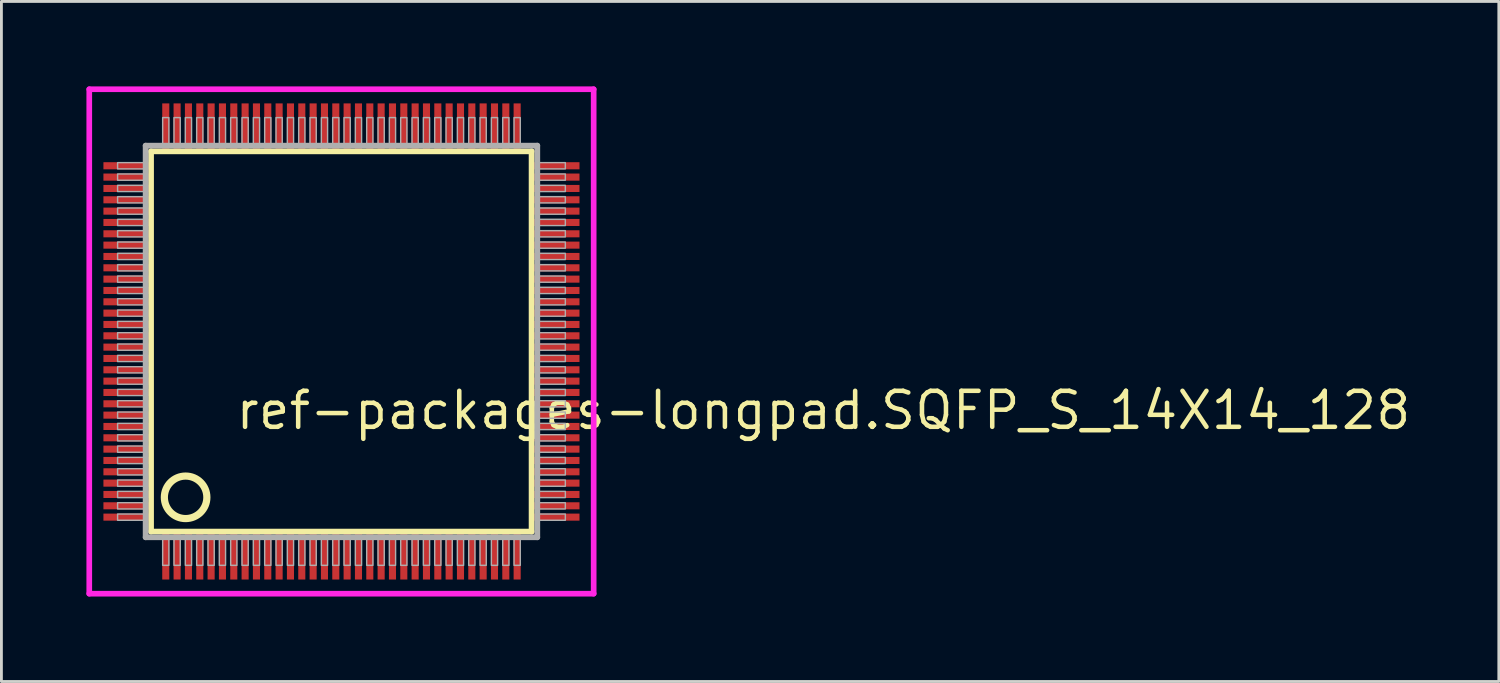
<source format=kicad_pcb>
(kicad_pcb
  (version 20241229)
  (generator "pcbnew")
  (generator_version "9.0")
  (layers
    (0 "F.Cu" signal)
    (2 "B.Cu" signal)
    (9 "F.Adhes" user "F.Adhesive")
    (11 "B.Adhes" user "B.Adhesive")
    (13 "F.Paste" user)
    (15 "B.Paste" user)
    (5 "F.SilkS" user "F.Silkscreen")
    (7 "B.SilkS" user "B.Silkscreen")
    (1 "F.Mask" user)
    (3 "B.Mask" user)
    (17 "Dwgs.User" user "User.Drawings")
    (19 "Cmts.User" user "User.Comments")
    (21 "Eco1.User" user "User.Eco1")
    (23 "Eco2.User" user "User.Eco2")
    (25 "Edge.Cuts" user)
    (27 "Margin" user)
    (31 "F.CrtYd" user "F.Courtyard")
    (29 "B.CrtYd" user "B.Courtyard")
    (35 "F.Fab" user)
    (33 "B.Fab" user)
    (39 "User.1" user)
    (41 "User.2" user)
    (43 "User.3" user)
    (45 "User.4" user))
  (footprint "ref-packages-longpad.SQFP_S_14X14_128"
    (layer "F.Cu")
    (at 9 9)
    (property "Reference" "ref-packages-longpad.SQFP_S_14X14_128" (at -3.81 3.175 0) (layer "F.SilkS") (effects (font (size 1.27 1.27) (thickness 0.16)) (justify left bottom)))
    (attr smd)
    (fp_line (start -6.72 -6.71) (end 6.71 -6.71) (stroke (width 0.203) (type default)) (layer "F.SilkS"))
    (fp_line (start -6.72 6.71) (end -6.72 -6.71) (stroke (width 0.203) (type default)) (layer "F.SilkS"))
    (fp_line (start 6.71 -6.71) (end 6.71 6.71) (stroke (width 0.203) (type default)) (layer "F.SilkS"))
    (fp_line (start 6.71 6.71) (end -6.72 6.71) (stroke (width 0.203) (type default)) (layer "F.SilkS"))
    (fp_circle (center -5.5 5.5) (end -4.75 5.5) (stroke (width 0.254) (type default)) (fill no) (layer "F.SilkS"))
    (fp_line (start -8.9 -8.9) (end 8.9 -8.9) (stroke (width 0.2) (type default)) (layer "F.CrtYd"))
    (fp_line (start -8.9 8.9) (end -8.9 -8.9) (stroke (width 0.2) (type default)) (layer "F.CrtYd"))
    (fp_line (start 8.9 -8.9) (end 8.9 8.9) (stroke (width 0.2) (type default)) (layer "F.CrtYd"))
    (fp_line (start 8.9 8.9) (end -8.9 8.9) (stroke (width 0.2) (type default)) (layer "F.CrtYd"))
    (fp_line (start -6.91 -6.91) (end -6.91 6.91) (stroke (width 0.203) (type default)) (layer "F.Fab"))
    (fp_line (start -6.91 6.91) (end 6.91 6.91) (stroke (width 0.203) (type default)) (layer "F.Fab"))
    (fp_line (start 6.91 -6.91) (end -6.91 -6.91) (stroke (width 0.203) (type default)) (layer "F.Fab"))
    (fp_line (start 6.91 6.91) (end 6.91 -6.91) (stroke (width 0.203) (type default)) (layer "F.Fab"))
    (fp_rect (start -7.9 -6.09) (end -6.95 -6.31) (stroke (width 0.05) (type default)) (fill no) (layer "F.Fab"))
    (fp_rect (start -7.9 -5.69) (end -6.95 -5.91) (stroke (width 0.05) (type default)) (fill no) (layer "F.Fab"))
    (fp_rect (start -7.9 -5.29) (end -6.95 -5.51) (stroke (width 0.05) (type default)) (fill no) (layer "F.Fab"))
    (fp_rect (start -7.9 -4.89) (end -6.95 -5.11) (stroke (width 0.05) (type default)) (fill no) (layer "F.Fab"))
    (fp_rect (start -7.9 -4.49) (end -6.95 -4.71) (stroke (width 0.05) (type default)) (fill no) (layer "F.Fab"))
    (fp_rect (start -7.9 -4.09) (end -6.95 -4.31) (stroke (width 0.05) (type default)) (fill no) (layer "F.Fab"))
    (fp_rect (start -7.9 -3.69) (end -6.95 -3.91) (stroke (width 0.05) (type default)) (fill no) (layer "F.Fab"))
    (fp_rect (start -7.9 -3.29) (end -6.95 -3.51) (stroke (width 0.05) (type default)) (fill no) (layer "F.Fab"))
    (fp_rect (start -7.9 -2.89) (end -6.95 -3.11) (stroke (width 0.05) (type default)) (fill no) (layer "F.Fab"))
    (fp_rect (start -7.9 -2.49) (end -6.95 -2.71) (stroke (width 0.05) (type default)) (fill no) (layer "F.Fab"))
    (fp_rect (start -7.9 -2.09) (end -6.95 -2.31) (stroke (width 0.05) (type default)) (fill no) (layer "F.Fab"))
    (fp_rect (start -7.9 -1.69) (end -6.95 -1.91) (stroke (width 0.05) (type default)) (fill no) (layer "F.Fab"))
    (fp_rect (start -7.9 -1.29) (end -6.95 -1.51) (stroke (width 0.05) (type default)) (fill no) (layer "F.Fab"))
    (fp_rect (start -7.9 -0.89) (end -6.95 -1.11) (stroke (width 0.05) (type default)) (fill no) (layer "F.Fab"))
    (fp_rect (start -7.9 -0.49) (end -6.95 -0.71) (stroke (width 0.05) (type default)) (fill no) (layer "F.Fab"))
    (fp_rect (start -7.9 -0.09) (end -6.95 -0.31) (stroke (width 0.05) (type default)) (fill no) (layer "F.Fab"))
    (fp_rect (start -7.9 0.31) (end -6.95 0.09) (stroke (width 0.05) (type default)) (fill no) (layer "F.Fab"))
    (fp_rect (start -7.9 0.71) (end -6.95 0.49) (stroke (width 0.05) (type default)) (fill no) (layer "F.Fab"))
    (fp_rect (start -7.9 1.11) (end -6.95 0.89) (stroke (width 0.05) (type default)) (fill no) (layer "F.Fab"))
    (fp_rect (start -7.9 1.51) (end -6.95 1.29) (stroke (width 0.05) (type default)) (fill no) (layer "F.Fab"))
    (fp_rect (start -7.9 1.91) (end -6.95 1.69) (stroke (width 0.05) (type default)) (fill no) (layer "F.Fab"))
    (fp_rect (start -7.9 2.31) (end -6.95 2.09) (stroke (width 0.05) (type default)) (fill no) (layer "F.Fab"))
    (fp_rect (start -7.9 2.71) (end -6.95 2.49) (stroke (width 0.05) (type default)) (fill no) (layer "F.Fab"))
    (fp_rect (start -7.9 3.11) (end -6.95 2.89) (stroke (width 0.05) (type default)) (fill no) (layer "F.Fab"))
    (fp_rect (start -7.9 3.51) (end -6.95 3.29) (stroke (width 0.05) (type default)) (fill no) (layer "F.Fab"))
    (fp_rect (start -7.9 3.91) (end -6.95 3.69) (stroke (width 0.05) (type default)) (fill no) (layer "F.Fab"))
    (fp_rect (start -7.9 4.31) (end -6.95 4.09) (stroke (width 0.05) (type default)) (fill no) (layer "F.Fab"))
    (fp_rect (start -7.9 4.71) (end -6.95 4.49) (stroke (width 0.05) (type default)) (fill no) (layer "F.Fab"))
    (fp_rect (start -7.9 5.11) (end -6.95 4.89) (stroke (width 0.05) (type default)) (fill no) (layer "F.Fab"))
    (fp_rect (start -7.9 5.51) (end -6.95 5.29) (stroke (width 0.05) (type default)) (fill no) (layer "F.Fab"))
    (fp_rect (start -7.9 5.91) (end -6.95 5.69) (stroke (width 0.05) (type default)) (fill no) (layer "F.Fab"))
    (fp_rect (start -7.9 6.31) (end -6.95 6.09) (stroke (width 0.05) (type default)) (fill no) (layer "F.Fab"))
    (fp_rect (start -6.31 -6.95) (end -6.09 -7.9) (stroke (width 0.05) (type default)) (fill no) (layer "F.Fab"))
    (fp_rect (start -6.31 7.9) (end -6.09 6.95) (stroke (width 0.05) (type default)) (fill no) (layer "F.Fab"))
    (fp_rect (start -5.91 -6.95) (end -5.69 -7.9) (stroke (width 0.05) (type default)) (fill no) (layer "F.Fab"))
    (fp_rect (start -5.91 7.9) (end -5.69 6.95) (stroke (width 0.05) (type default)) (fill no) (layer "F.Fab"))
    (fp_rect (start -5.51 -6.95) (end -5.29 -7.9) (stroke (width 0.05) (type default)) (fill no) (layer "F.Fab"))
    (fp_rect (start -5.51 7.9) (end -5.29 6.95) (stroke (width 0.05) (type default)) (fill no) (layer "F.Fab"))
    (fp_rect (start -5.11 -6.95) (end -4.89 -7.9) (stroke (width 0.05) (type default)) (fill no) (layer "F.Fab"))
    (fp_rect (start -5.11 7.9) (end -4.89 6.95) (stroke (width 0.05) (type default)) (fill no) (layer "F.Fab"))
    (fp_rect (start -4.71 -6.95) (end -4.49 -7.9) (stroke (width 0.05) (type default)) (fill no) (layer "F.Fab"))
    (fp_rect (start -4.71 7.9) (end -4.49 6.95) (stroke (width 0.05) (type default)) (fill no) (layer "F.Fab"))
    (fp_rect (start -4.31 -6.95) (end -4.09 -7.9) (stroke (width 0.05) (type default)) (fill no) (layer "F.Fab"))
    (fp_rect (start -4.31 7.9) (end -4.09 6.95) (stroke (width 0.05) (type default)) (fill no) (layer "F.Fab"))
    (fp_rect (start -3.91 -6.95) (end -3.69 -7.9) (stroke (width 0.05) (type default)) (fill no) (layer "F.Fab"))
    (fp_rect (start -3.91 7.9) (end -3.69 6.95) (stroke (width 0.05) (type default)) (fill no) (layer "F.Fab"))
    (fp_rect (start -3.51 -6.95) (end -3.29 -7.9) (stroke (width 0.05) (type default)) (fill no) (layer "F.Fab"))
    (fp_rect (start -3.51 7.9) (end -3.29 6.95) (stroke (width 0.05) (type default)) (fill no) (layer "F.Fab"))
    (fp_rect (start -3.11 -6.95) (end -2.89 -7.9) (stroke (width 0.05) (type default)) (fill no) (layer "F.Fab"))
    (fp_rect (start -3.11 7.9) (end -2.89 6.95) (stroke (width 0.05) (type default)) (fill no) (layer "F.Fab"))
    (fp_rect (start -2.71 -6.95) (end -2.49 -7.9) (stroke (width 0.05) (type default)) (fill no) (layer "F.Fab"))
    (fp_rect (start -2.71 7.9) (end -2.49 6.95) (stroke (width 0.05) (type default)) (fill no) (layer "F.Fab"))
    (fp_rect (start -2.31 -6.95) (end -2.09 -7.9) (stroke (width 0.05) (type default)) (fill no) (layer "F.Fab"))
    (fp_rect (start -2.31 7.9) (end -2.09 6.95) (stroke (width 0.05) (type default)) (fill no) (layer "F.Fab"))
    (fp_rect (start -1.91 -6.95) (end -1.69 -7.9) (stroke (width 0.05) (type default)) (fill no) (layer "F.Fab"))
    (fp_rect (start -1.91 7.9) (end -1.69 6.95) (stroke (width 0.05) (type default)) (fill no) (layer "F.Fab"))
    (fp_rect (start -1.51 -6.95) (end -1.29 -7.9) (stroke (width 0.05) (type default)) (fill no) (layer "F.Fab"))
    (fp_rect (start -1.51 7.9) (end -1.29 6.95) (stroke (width 0.05) (type default)) (fill no) (layer "F.Fab"))
    (fp_rect (start -1.11 -6.95) (end -0.89 -7.9) (stroke (width 0.05) (type default)) (fill no) (layer "F.Fab"))
    (fp_rect (start -1.11 7.9) (end -0.89 6.95) (stroke (width 0.05) (type default)) (fill no) (layer "F.Fab"))
    (fp_rect (start -0.71 -6.95) (end -0.49 -7.9) (stroke (width 0.05) (type default)) (fill no) (layer "F.Fab"))
    (fp_rect (start -0.71 7.9) (end -0.49 6.95) (stroke (width 0.05) (type default)) (fill no) (layer "F.Fab"))
    (fp_rect (start -0.31 -6.95) (end -0.09 -7.9) (stroke (width 0.05) (type default)) (fill no) (layer "F.Fab"))
    (fp_rect (start -0.31 7.9) (end -0.09 6.95) (stroke (width 0.05) (type default)) (fill no) (layer "F.Fab"))
    (fp_rect (start 0.09 -6.95) (end 0.31 -7.9) (stroke (width 0.05) (type default)) (fill no) (layer "F.Fab"))
    (fp_rect (start 0.09 7.9) (end 0.31 6.95) (stroke (width 0.05) (type default)) (fill no) (layer "F.Fab"))
    (fp_rect (start 0.49 -6.95) (end 0.71 -7.9) (stroke (width 0.05) (type default)) (fill no) (layer "F.Fab"))
    (fp_rect (start 0.49 7.9) (end 0.71 6.95) (stroke (width 0.05) (type default)) (fill no) (layer "F.Fab"))
    (fp_rect (start 0.89 -6.95) (end 1.11 -7.9) (stroke (width 0.05) (type default)) (fill no) (layer "F.Fab"))
    (fp_rect (start 0.89 7.9) (end 1.11 6.95) (stroke (width 0.05) (type default)) (fill no) (layer "F.Fab"))
    (fp_rect (start 1.29 -6.95) (end 1.51 -7.9) (stroke (width 0.05) (type default)) (fill no) (layer "F.Fab"))
    (fp_rect (start 1.29 7.9) (end 1.51 6.95) (stroke (width 0.05) (type default)) (fill no) (layer "F.Fab"))
    (fp_rect (start 1.69 -6.95) (end 1.91 -7.9) (stroke (width 0.05) (type default)) (fill no) (layer "F.Fab"))
    (fp_rect (start 1.69 7.9) (end 1.91 6.95) (stroke (width 0.05) (type default)) (fill no) (layer "F.Fab"))
    (fp_rect (start 2.09 -6.95) (end 2.31 -7.9) (stroke (width 0.05) (type default)) (fill no) (layer "F.Fab"))
    (fp_rect (start 2.09 7.9) (end 2.31 6.95) (stroke (width 0.05) (type default)) (fill no) (layer "F.Fab"))
    (fp_rect (start 2.49 -6.95) (end 2.71 -7.9) (stroke (width 0.05) (type default)) (fill no) (layer "F.Fab"))
    (fp_rect (start 2.49 7.9) (end 2.71 6.95) (stroke (width 0.05) (type default)) (fill no) (layer "F.Fab"))
    (fp_rect (start 2.89 -6.95) (end 3.11 -7.9) (stroke (width 0.05) (type default)) (fill no) (layer "F.Fab"))
    (fp_rect (start 2.89 7.9) (end 3.11 6.95) (stroke (width 0.05) (type default)) (fill no) (layer "F.Fab"))
    (fp_rect (start 3.29 -6.95) (end 3.51 -7.9) (stroke (width 0.05) (type default)) (fill no) (layer "F.Fab"))
    (fp_rect (start 3.29 7.9) (end 3.51 6.95) (stroke (width 0.05) (type default)) (fill no) (layer "F.Fab"))
    (fp_rect (start 3.69 -6.95) (end 3.91 -7.9) (stroke (width 0.05) (type default)) (fill no) (layer "F.Fab"))
    (fp_rect (start 3.69 7.9) (end 3.91 6.95) (stroke (width 0.05) (type default)) (fill no) (layer "F.Fab"))
    (fp_rect (start 4.09 -6.95) (end 4.31 -7.9) (stroke (width 0.05) (type default)) (fill no) (layer "F.Fab"))
    (fp_rect (start 4.09 7.9) (end 4.31 6.95) (stroke (width 0.05) (type default)) (fill no) (layer "F.Fab"))
    (fp_rect (start 4.49 -6.95) (end 4.71 -7.9) (stroke (width 0.05) (type default)) (fill no) (layer "F.Fab"))
    (fp_rect (start 4.49 7.9) (end 4.71 6.95) (stroke (width 0.05) (type default)) (fill no) (layer "F.Fab"))
    (fp_rect (start 4.89 -6.95) (end 5.11 -7.9) (stroke (width 0.05) (type default)) (fill no) (layer "F.Fab"))
    (fp_rect (start 4.89 7.9) (end 5.11 6.95) (stroke (width 0.05) (type default)) (fill no) (layer "F.Fab"))
    (fp_rect (start 5.29 -6.95) (end 5.51 -7.9) (stroke (width 0.05) (type default)) (fill no) (layer "F.Fab"))
    (fp_rect (start 5.29 7.9) (end 5.51 6.95) (stroke (width 0.05) (type default)) (fill no) (layer "F.Fab"))
    (fp_rect (start 5.69 -6.95) (end 5.91 -7.9) (stroke (width 0.05) (type default)) (fill no) (layer "F.Fab"))
    (fp_rect (start 5.69 7.9) (end 5.91 6.95) (stroke (width 0.05) (type default)) (fill no) (layer "F.Fab"))
    (fp_rect (start 6.09 -6.95) (end 6.31 -7.9) (stroke (width 0.05) (type default)) (fill no) (layer "F.Fab"))
    (fp_rect (start 6.09 7.9) (end 6.31 6.95) (stroke (width 0.05) (type default)) (fill no) (layer "F.Fab"))
    (fp_rect (start 6.95 -6.09) (end 7.9 -6.31) (stroke (width 0.05) (type default)) (fill no) (layer "F.Fab"))
    (fp_rect (start 6.95 -5.69) (end 7.9 -5.91) (stroke (width 0.05) (type default)) (fill no) (layer "F.Fab"))
    (fp_rect (start 6.95 -5.29) (end 7.9 -5.51) (stroke (width 0.05) (type default)) (fill no) (layer "F.Fab"))
    (fp_rect (start 6.95 -4.89) (end 7.9 -5.11) (stroke (width 0.05) (type default)) (fill no) (layer "F.Fab"))
    (fp_rect (start 6.95 -4.49) (end 7.9 -4.71) (stroke (width 0.05) (type default)) (fill no) (layer "F.Fab"))
    (fp_rect (start 6.95 -4.09) (end 7.9 -4.31) (stroke (width 0.05) (type default)) (fill no) (layer "F.Fab"))
    (fp_rect (start 6.95 -3.69) (end 7.9 -3.91) (stroke (width 0.05) (type default)) (fill no) (layer "F.Fab"))
    (fp_rect (start 6.95 -3.29) (end 7.9 -3.51) (stroke (width 0.05) (type default)) (fill no) (layer "F.Fab"))
    (fp_rect (start 6.95 -2.89) (end 7.9 -3.11) (stroke (width 0.05) (type default)) (fill no) (layer "F.Fab"))
    (fp_rect (start 6.95 -2.49) (end 7.9 -2.71) (stroke (width 0.05) (type default)) (fill no) (layer "F.Fab"))
    (fp_rect (start 6.95 -2.09) (end 7.9 -2.31) (stroke (width 0.05) (type default)) (fill no) (layer "F.Fab"))
    (fp_rect (start 6.95 -1.69) (end 7.9 -1.91) (stroke (width 0.05) (type default)) (fill no) (layer "F.Fab"))
    (fp_rect (start 6.95 -1.29) (end 7.9 -1.51) (stroke (width 0.05) (type default)) (fill no) (layer "F.Fab"))
    (fp_rect (start 6.95 -0.89) (end 7.9 -1.11) (stroke (width 0.05) (type default)) (fill no) (layer "F.Fab"))
    (fp_rect (start 6.95 -0.49) (end 7.9 -0.71) (stroke (width 0.05) (type default)) (fill no) (layer "F.Fab"))
    (fp_rect (start 6.95 -0.09) (end 7.9 -0.31) (stroke (width 0.05) (type default)) (fill no) (layer "F.Fab"))
    (fp_rect (start 6.95 0.31) (end 7.9 0.09) (stroke (width 0.05) (type default)) (fill no) (layer "F.Fab"))
    (fp_rect (start 6.95 0.71) (end 7.9 0.49) (stroke (width 0.05) (type default)) (fill no) (layer "F.Fab"))
    (fp_rect (start 6.95 1.11) (end 7.9 0.89) (stroke (width 0.05) (type default)) (fill no) (layer "F.Fab"))
    (fp_rect (start 6.95 1.51) (end 7.9 1.29) (stroke (width 0.05) (type default)) (fill no) (layer "F.Fab"))
    (fp_rect (start 6.95 1.91) (end 7.9 1.69) (stroke (width 0.05) (type default)) (fill no) (layer "F.Fab"))
    (fp_rect (start 6.95 2.31) (end 7.9 2.09) (stroke (width 0.05) (type default)) (fill no) (layer "F.Fab"))
    (fp_rect (start 6.95 2.71) (end 7.9 2.49) (stroke (width 0.05) (type default)) (fill no) (layer "F.Fab"))
    (fp_rect (start 6.95 3.11) (end 7.9 2.89) (stroke (width 0.05) (type default)) (fill no) (layer "F.Fab"))
    (fp_rect (start 6.95 3.51) (end 7.9 3.29) (stroke (width 0.05) (type default)) (fill no) (layer "F.Fab"))
    (fp_rect (start 6.95 3.91) (end 7.9 3.69) (stroke (width 0.05) (type default)) (fill no) (layer "F.Fab"))
    (fp_rect (start 6.95 4.31) (end 7.9 4.09) (stroke (width 0.05) (type default)) (fill no) (layer "F.Fab"))
    (fp_rect (start 6.95 4.71) (end 7.9 4.49) (stroke (width 0.05) (type default)) (fill no) (layer "F.Fab"))
    (fp_rect (start 6.95 5.11) (end 7.9 4.89) (stroke (width 0.05) (type default)) (fill no) (layer "F.Fab"))
    (fp_rect (start 6.95 5.51) (end 7.9 5.29) (stroke (width 0.05) (type default)) (fill no) (layer "F.Fab"))
    (fp_rect (start 6.95 5.91) (end 7.9 5.69) (stroke (width 0.05) (type default)) (fill no) (layer "F.Fab"))
    (fp_rect (start 6.95 6.31) (end 7.9 6.09) (stroke (width 0.05) (type default)) (fill no) (layer "F.Fab"))
    (pad "1" smd roundrect (at -6.2 7.6) (size 0.25 1.6) (layers "F.Cu" "F.Mask" "F.Paste") (roundrect_rratio 0.01))
    (pad "2" smd roundrect (at -5.8 7.6) (size 0.25 1.6) (layers "F.Cu" "F.Mask" "F.Paste") (roundrect_rratio 0.01))
    (pad "3" smd roundrect (at -5.4 7.6) (size 0.25 1.6) (layers "F.Cu" "F.Mask" "F.Paste") (roundrect_rratio 0.01))
    (pad "4" smd roundrect (at -5 7.6) (size 0.25 1.6) (layers "F.Cu" "F.Mask" "F.Paste") (roundrect_rratio 0.01))
    (pad "5" smd roundrect (at -4.6 7.6) (size 0.25 1.6) (layers "F.Cu" "F.Mask" "F.Paste") (roundrect_rratio 0.01))
    (pad "6" smd roundrect (at -4.2 7.6) (size 0.25 1.6) (layers "F.Cu" "F.Mask" "F.Paste") (roundrect_rratio 0.01))
    (pad "7" smd roundrect (at -3.8 7.6) (size 0.25 1.6) (layers "F.Cu" "F.Mask" "F.Paste") (roundrect_rratio 0.01))
    (pad "8" smd roundrect (at -3.4 7.6) (size 0.25 1.6) (layers "F.Cu" "F.Mask" "F.Paste") (roundrect_rratio 0.01))
    (pad "9" smd roundrect (at -3 7.6) (size 0.25 1.6) (layers "F.Cu" "F.Mask" "F.Paste") (roundrect_rratio 0.01))
    (pad "10" smd roundrect (at -2.6 7.6) (size 0.25 1.6) (layers "F.Cu" "F.Mask" "F.Paste") (roundrect_rratio 0.01))
    (pad "11" smd roundrect (at -2.2 7.6) (size 0.25 1.6) (layers "F.Cu" "F.Mask" "F.Paste") (roundrect_rratio 0.01))
    (pad "12" smd roundrect (at -1.8 7.6) (size 0.25 1.6) (layers "F.Cu" "F.Mask" "F.Paste") (roundrect_rratio 0.01))
    (pad "13" smd roundrect (at -1.4 7.6) (size 0.25 1.6) (layers "F.Cu" "F.Mask" "F.Paste") (roundrect_rratio 0.01))
    (pad "14" smd roundrect (at -1 7.6) (size 0.25 1.6) (layers "F.Cu" "F.Mask" "F.Paste") (roundrect_rratio 0.01))
    (pad "15" smd roundrect (at -0.6 7.6) (size 0.25 1.6) (layers "F.Cu" "F.Mask" "F.Paste") (roundrect_rratio 0.01))
    (pad "16" smd roundrect (at -0.2 7.6) (size 0.25 1.6) (layers "F.Cu" "F.Mask" "F.Paste") (roundrect_rratio 0.01))
    (pad "17" smd roundrect (at 0.2 7.6) (size 0.25 1.6) (layers "F.Cu" "F.Mask" "F.Paste") (roundrect_rratio 0.01))
    (pad "18" smd roundrect (at 0.6 7.6) (size 0.25 1.6) (layers "F.Cu" "F.Mask" "F.Paste") (roundrect_rratio 0.01))
    (pad "19" smd roundrect (at 1 7.6) (size 0.25 1.6) (layers "F.Cu" "F.Mask" "F.Paste") (roundrect_rratio 0.01))
    (pad "20" smd roundrect (at 1.4 7.6) (size 0.25 1.6) (layers "F.Cu" "F.Mask" "F.Paste") (roundrect_rratio 0.01))
    (pad "21" smd roundrect (at 1.8 7.6) (size 0.25 1.6) (layers "F.Cu" "F.Mask" "F.Paste") (roundrect_rratio 0.01))
    (pad "22" smd roundrect (at 2.2 7.6) (size 0.25 1.6) (layers "F.Cu" "F.Mask" "F.Paste") (roundrect_rratio 0.01))
    (pad "23" smd roundrect (at 2.6 7.6) (size 0.25 1.6) (layers "F.Cu" "F.Mask" "F.Paste") (roundrect_rratio 0.01))
    (pad "24" smd roundrect (at 3 7.6) (size 0.25 1.6) (layers "F.Cu" "F.Mask" "F.Paste") (roundrect_rratio 0.01))
    (pad "25" smd roundrect (at 3.4 7.6) (size 0.25 1.6) (layers "F.Cu" "F.Mask" "F.Paste") (roundrect_rratio 0.01))
    (pad "26" smd roundrect (at 3.8 7.6) (size 0.25 1.6) (layers "F.Cu" "F.Mask" "F.Paste") (roundrect_rratio 0.01))
    (pad "27" smd roundrect (at 4.2 7.6) (size 0.25 1.6) (layers "F.Cu" "F.Mask" "F.Paste") (roundrect_rratio 0.01))
    (pad "28" smd roundrect (at 4.6 7.6) (size 0.25 1.6) (layers "F.Cu" "F.Mask" "F.Paste") (roundrect_rratio 0.01))
    (pad "29" smd roundrect (at 5 7.6) (size 0.25 1.6) (layers "F.Cu" "F.Mask" "F.Paste") (roundrect_rratio 0.01))
    (pad "30" smd roundrect (at 5.4 7.6) (size 0.25 1.6) (layers "F.Cu" "F.Mask" "F.Paste") (roundrect_rratio 0.01))
    (pad "31" smd roundrect (at 5.8 7.6) (size 0.25 1.6) (layers "F.Cu" "F.Mask" "F.Paste") (roundrect_rratio 0.01))
    (pad "32" smd roundrect (at 6.2 7.6) (size 0.25 1.6) (layers "F.Cu" "F.Mask" "F.Paste") (roundrect_rratio 0.01))
    (pad "33" smd roundrect (at 7.6 6.2) (size 1.6 0.25) (layers "F.Cu" "F.Mask" "F.Paste") (roundrect_rratio 0.01))
    (pad "34" smd roundrect (at 7.6 5.8) (size 1.6 0.25) (layers "F.Cu" "F.Mask" "F.Paste") (roundrect_rratio 0.01))
    (pad "35" smd roundrect (at 7.6 5.4) (size 1.6 0.25) (layers "F.Cu" "F.Mask" "F.Paste") (roundrect_rratio 0.01))
    (pad "36" smd roundrect (at 7.6 5) (size 1.6 0.25) (layers "F.Cu" "F.Mask" "F.Paste") (roundrect_rratio 0.01))
    (pad "37" smd roundrect (at 7.6 4.6) (size 1.6 0.25) (layers "F.Cu" "F.Mask" "F.Paste") (roundrect_rratio 0.01))
    (pad "38" smd roundrect (at 7.6 4.2) (size 1.6 0.25) (layers "F.Cu" "F.Mask" "F.Paste") (roundrect_rratio 0.01))
    (pad "39" smd roundrect (at 7.6 3.8) (size 1.6 0.25) (layers "F.Cu" "F.Mask" "F.Paste") (roundrect_rratio 0.01))
    (pad "40" smd roundrect (at 7.6 3.4) (size 1.6 0.25) (layers "F.Cu" "F.Mask" "F.Paste") (roundrect_rratio 0.01))
    (pad "41" smd roundrect (at 7.6 3) (size 1.6 0.25) (layers "F.Cu" "F.Mask" "F.Paste") (roundrect_rratio 0.01))
    (pad "42" smd roundrect (at 7.6 2.6) (size 1.6 0.25) (layers "F.Cu" "F.Mask" "F.Paste") (roundrect_rratio 0.01))
    (pad "43" smd roundrect (at 7.6 2.2) (size 1.6 0.25) (layers "F.Cu" "F.Mask" "F.Paste") (roundrect_rratio 0.01))
    (pad "44" smd roundrect (at 7.6 1.8) (size 1.6 0.25) (layers "F.Cu" "F.Mask" "F.Paste") (roundrect_rratio 0.01))
    (pad "45" smd roundrect (at 7.6 1.4) (size 1.6 0.25) (layers "F.Cu" "F.Mask" "F.Paste") (roundrect_rratio 0.01))
    (pad "46" smd roundrect (at 7.6 1) (size 1.6 0.25) (layers "F.Cu" "F.Mask" "F.Paste") (roundrect_rratio 0.01))
    (pad "47" smd roundrect (at 7.6 0.6) (size 1.6 0.25) (layers "F.Cu" "F.Mask" "F.Paste") (roundrect_rratio 0.01))
    (pad "48" smd roundrect (at 7.6 0.2) (size 1.6 0.25) (layers "F.Cu" "F.Mask" "F.Paste") (roundrect_rratio 0.01))
    (pad "49" smd roundrect (at 7.6 -0.2) (size 1.6 0.25) (layers "F.Cu" "F.Mask" "F.Paste") (roundrect_rratio 0.01))
    (pad "50" smd roundrect (at 7.6 -0.6) (size 1.6 0.25) (layers "F.Cu" "F.Mask" "F.Paste") (roundrect_rratio 0.01))
    (pad "51" smd roundrect (at 7.6 -1) (size 1.6 0.25) (layers "F.Cu" "F.Mask" "F.Paste") (roundrect_rratio 0.01))
    (pad "52" smd roundrect (at 7.6 -1.4) (size 1.6 0.25) (layers "F.Cu" "F.Mask" "F.Paste") (roundrect_rratio 0.01))
    (pad "53" smd roundrect (at 7.6 -1.8) (size 1.6 0.25) (layers "F.Cu" "F.Mask" "F.Paste") (roundrect_rratio 0.01))
    (pad "54" smd roundrect (at 7.6 -2.2) (size 1.6 0.25) (layers "F.Cu" "F.Mask" "F.Paste") (roundrect_rratio 0.01))
    (pad "55" smd roundrect (at 7.6 -2.6) (size 1.6 0.25) (layers "F.Cu" "F.Mask" "F.Paste") (roundrect_rratio 0.01))
    (pad "56" smd roundrect (at 7.6 -3) (size 1.6 0.25) (layers "F.Cu" "F.Mask" "F.Paste") (roundrect_rratio 0.01))
    (pad "57" smd roundrect (at 7.6 -3.4) (size 1.6 0.25) (layers "F.Cu" "F.Mask" "F.Paste") (roundrect_rratio 0.01))
    (pad "58" smd roundrect (at 7.6 -3.8) (size 1.6 0.25) (layers "F.Cu" "F.Mask" "F.Paste") (roundrect_rratio 0.01))
    (pad "59" smd roundrect (at 7.6 -4.2) (size 1.6 0.25) (layers "F.Cu" "F.Mask" "F.Paste") (roundrect_rratio 0.01))
    (pad "60" smd roundrect (at 7.6 -4.6) (size 1.6 0.25) (layers "F.Cu" "F.Mask" "F.Paste") (roundrect_rratio 0.01))
    (pad "61" smd roundrect (at 7.6 -5) (size 1.6 0.25) (layers "F.Cu" "F.Mask" "F.Paste") (roundrect_rratio 0.01))
    (pad "62" smd roundrect (at 7.6 -5.4) (size 1.6 0.25) (layers "F.Cu" "F.Mask" "F.Paste") (roundrect_rratio 0.01))
    (pad "63" smd roundrect (at 7.6 -5.8) (size 1.6 0.25) (layers "F.Cu" "F.Mask" "F.Paste") (roundrect_rratio 0.01))
    (pad "64" smd roundrect (at 7.6 -6.2) (size 1.6 0.25) (layers "F.Cu" "F.Mask" "F.Paste") (roundrect_rratio 0.01))
    (pad "65" smd roundrect (at 6.2 -7.6) (size 0.25 1.6) (layers "F.Cu" "F.Mask" "F.Paste") (roundrect_rratio 0.01))
    (pad "66" smd roundrect (at 5.8 -7.6) (size 0.25 1.6) (layers "F.Cu" "F.Mask" "F.Paste") (roundrect_rratio 0.01))
    (pad "67" smd roundrect (at 5.4 -7.6) (size 0.25 1.6) (layers "F.Cu" "F.Mask" "F.Paste") (roundrect_rratio 0.01))
    (pad "68" smd roundrect (at 5 -7.6) (size 0.25 1.6) (layers "F.Cu" "F.Mask" "F.Paste") (roundrect_rratio 0.01))
    (pad "69" smd roundrect (at 4.6 -7.6) (size 0.25 1.6) (layers "F.Cu" "F.Mask" "F.Paste") (roundrect_rratio 0.01))
    (pad "70" smd roundrect (at 4.2 -7.6) (size 0.25 1.6) (layers "F.Cu" "F.Mask" "F.Paste") (roundrect_rratio 0.01))
    (pad "71" smd roundrect (at 3.8 -7.6) (size 0.25 1.6) (layers "F.Cu" "F.Mask" "F.Paste") (roundrect_rratio 0.01))
    (pad "72" smd roundrect (at 3.4 -7.6) (size 0.25 1.6) (layers "F.Cu" "F.Mask" "F.Paste") (roundrect_rratio 0.01))
    (pad "73" smd roundrect (at 3 -7.6) (size 0.25 1.6) (layers "F.Cu" "F.Mask" "F.Paste") (roundrect_rratio 0.01))
    (pad "74" smd roundrect (at 2.6 -7.6) (size 0.25 1.6) (layers "F.Cu" "F.Mask" "F.Paste") (roundrect_rratio 0.01))
    (pad "75" smd roundrect (at 2.2 -7.6) (size 0.25 1.6) (layers "F.Cu" "F.Mask" "F.Paste") (roundrect_rratio 0.01))
    (pad "76" smd roundrect (at 1.8 -7.6) (size 0.25 1.6) (layers "F.Cu" "F.Mask" "F.Paste") (roundrect_rratio 0.01))
    (pad "77" smd roundrect (at 1.4 -7.6) (size 0.25 1.6) (layers "F.Cu" "F.Mask" "F.Paste") (roundrect_rratio 0.01))
    (pad "78" smd roundrect (at 1 -7.6) (size 0.25 1.6) (layers "F.Cu" "F.Mask" "F.Paste") (roundrect_rratio 0.01))
    (pad "79" smd roundrect (at 0.6 -7.6) (size 0.25 1.6) (layers "F.Cu" "F.Mask" "F.Paste") (roundrect_rratio 0.01))
    (pad "80" smd roundrect (at 0.2 -7.6) (size 0.25 1.6) (layers "F.Cu" "F.Mask" "F.Paste") (roundrect_rratio 0.01))
    (pad "81" smd roundrect (at -0.2 -7.6) (size 0.25 1.6) (layers "F.Cu" "F.Mask" "F.Paste") (roundrect_rratio 0.01))
    (pad "82" smd roundrect (at -0.6 -7.6) (size 0.25 1.6) (layers "F.Cu" "F.Mask" "F.Paste") (roundrect_rratio 0.01))
    (pad "83" smd roundrect (at -1 -7.6) (size 0.25 1.6) (layers "F.Cu" "F.Mask" "F.Paste") (roundrect_rratio 0.01))
    (pad "84" smd roundrect (at -1.4 -7.6) (size 0.25 1.6) (layers "F.Cu" "F.Mask" "F.Paste") (roundrect_rratio 0.01))
    (pad "85" smd roundrect (at -1.8 -7.6) (size 0.25 1.6) (layers "F.Cu" "F.Mask" "F.Paste") (roundrect_rratio 0.01))
    (pad "86" smd roundrect (at -2.2 -7.6) (size 0.25 1.6) (layers "F.Cu" "F.Mask" "F.Paste") (roundrect_rratio 0.01))
    (pad "87" smd roundrect (at -2.6 -7.6) (size 0.25 1.6) (layers "F.Cu" "F.Mask" "F.Paste") (roundrect_rratio 0.01))
    (pad "88" smd roundrect (at -3 -7.6) (size 0.25 1.6) (layers "F.Cu" "F.Mask" "F.Paste") (roundrect_rratio 0.01))
    (pad "89" smd roundrect (at -3.4 -7.6) (size 0.25 1.6) (layers "F.Cu" "F.Mask" "F.Paste") (roundrect_rratio 0.01))
    (pad "90" smd roundrect (at -3.8 -7.6) (size 0.25 1.6) (layers "F.Cu" "F.Mask" "F.Paste") (roundrect_rratio 0.01))
    (pad "91" smd roundrect (at -4.2 -7.6) (size 0.25 1.6) (layers "F.Cu" "F.Mask" "F.Paste") (roundrect_rratio 0.01))
    (pad "92" smd roundrect (at -4.6 -7.6) (size 0.25 1.6) (layers "F.Cu" "F.Mask" "F.Paste") (roundrect_rratio 0.01))
    (pad "93" smd roundrect (at -5 -7.6) (size 0.25 1.6) (layers "F.Cu" "F.Mask" "F.Paste") (roundrect_rratio 0.01))
    (pad "94" smd roundrect (at -5.4 -7.6) (size 0.25 1.6) (layers "F.Cu" "F.Mask" "F.Paste") (roundrect_rratio 0.01))
    (pad "95" smd roundrect (at -5.8 -7.6) (size 0.25 1.6) (layers "F.Cu" "F.Mask" "F.Paste") (roundrect_rratio 0.01))
    (pad "96" smd roundrect (at -6.2 -7.6) (size 0.25 1.6) (layers "F.Cu" "F.Mask" "F.Paste") (roundrect_rratio 0.01))
    (pad "97" smd roundrect (at -7.6 -6.2) (size 1.6 0.25) (layers "F.Cu" "F.Mask" "F.Paste") (roundrect_rratio 0.01))
    (pad "98" smd roundrect (at -7.6 -5.8) (size 1.6 0.25) (layers "F.Cu" "F.Mask" "F.Paste") (roundrect_rratio 0.01))
    (pad "99" smd roundrect (at -7.6 -5.4) (size 1.6 0.25) (layers "F.Cu" "F.Mask" "F.Paste") (roundrect_rratio 0.01))
    (pad "100" smd roundrect (at -7.6 -5) (size 1.6 0.25) (layers "F.Cu" "F.Mask" "F.Paste") (roundrect_rratio 0.01))
    (pad "101" smd roundrect (at -7.6 -4.6) (size 1.6 0.25) (layers "F.Cu" "F.Mask" "F.Paste") (roundrect_rratio 0.01))
    (pad "102" smd roundrect (at -7.6 -4.2) (size 1.6 0.25) (layers "F.Cu" "F.Mask" "F.Paste") (roundrect_rratio 0.01))
    (pad "103" smd roundrect (at -7.6 -3.8) (size 1.6 0.25) (layers "F.Cu" "F.Mask" "F.Paste") (roundrect_rratio 0.01))
    (pad "104" smd roundrect (at -7.6 -3.4) (size 1.6 0.25) (layers "F.Cu" "F.Mask" "F.Paste") (roundrect_rratio 0.01))
    (pad "105" smd roundrect (at -7.6 -3) (size 1.6 0.25) (layers "F.Cu" "F.Mask" "F.Paste") (roundrect_rratio 0.01))
    (pad "106" smd roundrect (at -7.6 -2.6) (size 1.6 0.25) (layers "F.Cu" "F.Mask" "F.Paste") (roundrect_rratio 0.01))
    (pad "107" smd roundrect (at -7.6 -2.2) (size 1.6 0.25) (layers "F.Cu" "F.Mask" "F.Paste") (roundrect_rratio 0.01))
    (pad "108" smd roundrect (at -7.6 -1.8) (size 1.6 0.25) (layers "F.Cu" "F.Mask" "F.Paste") (roundrect_rratio 0.01))
    (pad "109" smd roundrect (at -7.6 -1.4) (size 1.6 0.25) (layers "F.Cu" "F.Mask" "F.Paste") (roundrect_rratio 0.01))
    (pad "110" smd roundrect (at -7.6 -1) (size 1.6 0.25) (layers "F.Cu" "F.Mask" "F.Paste") (roundrect_rratio 0.01))
    (pad "111" smd roundrect (at -7.6 -0.6) (size 1.6 0.25) (layers "F.Cu" "F.Mask" "F.Paste") (roundrect_rratio 0.01))
    (pad "112" smd roundrect (at -7.6 -0.2) (size 1.6 0.25) (layers "F.Cu" "F.Mask" "F.Paste") (roundrect_rratio 0.01))
    (pad "113" smd roundrect (at -7.6 0.2) (size 1.6 0.25) (layers "F.Cu" "F.Mask" "F.Paste") (roundrect_rratio 0.01))
    (pad "114" smd roundrect (at -7.6 0.6) (size 1.6 0.25) (layers "F.Cu" "F.Mask" "F.Paste") (roundrect_rratio 0.01))
    (pad "115" smd roundrect (at -7.6 1) (size 1.6 0.25) (layers "F.Cu" "F.Mask" "F.Paste") (roundrect_rratio 0.01))
    (pad "116" smd roundrect (at -7.6 1.4) (size 1.6 0.25) (layers "F.Cu" "F.Mask" "F.Paste") (roundrect_rratio 0.01))
    (pad "117" smd roundrect (at -7.6 1.8) (size 1.6 0.25) (layers "F.Cu" "F.Mask" "F.Paste") (roundrect_rratio 0.01))
    (pad "118" smd roundrect (at -7.6 2.2) (size 1.6 0.25) (layers "F.Cu" "F.Mask" "F.Paste") (roundrect_rratio 0.01))
    (pad "119" smd roundrect (at -7.6 2.6) (size 1.6 0.25) (layers "F.Cu" "F.Mask" "F.Paste") (roundrect_rratio 0.01))
    (pad "120" smd roundrect (at -7.6 3) (size 1.6 0.25) (layers "F.Cu" "F.Mask" "F.Paste") (roundrect_rratio 0.01))
    (pad "121" smd roundrect (at -7.6 3.4) (size 1.6 0.25) (layers "F.Cu" "F.Mask" "F.Paste") (roundrect_rratio 0.01))
    (pad "122" smd roundrect (at -7.6 3.8) (size 1.6 0.25) (layers "F.Cu" "F.Mask" "F.Paste") (roundrect_rratio 0.01))
    (pad "123" smd roundrect (at -7.6 4.2) (size 1.6 0.25) (layers "F.Cu" "F.Mask" "F.Paste") (roundrect_rratio 0.01))
    (pad "124" smd roundrect (at -7.6 4.6) (size 1.6 0.25) (layers "F.Cu" "F.Mask" "F.Paste") (roundrect_rratio 0.01))
    (pad "125" smd roundrect (at -7.6 5) (size 1.6 0.25) (layers "F.Cu" "F.Mask" "F.Paste") (roundrect_rratio 0.01))
    (pad "126" smd roundrect (at -7.6 5.4) (size 1.6 0.25) (layers "F.Cu" "F.Mask" "F.Paste") (roundrect_rratio 0.01))
    (pad "127" smd roundrect (at -7.6 5.8) (size 1.6 0.25) (layers "F.Cu" "F.Mask" "F.Paste") (roundrect_rratio 0.01))
    (pad "128" smd roundrect (at -7.6 6.2) (size 1.6 0.25) (layers "F.Cu" "F.Mask" "F.Paste") (roundrect_rratio 0.01)))
  (gr_rect
    (start -3 -3)
    (end 49.842 21)
    (stroke (width 0.1) (type default))
    (fill no)
    (layer "Edge.Cuts")))
</source>
